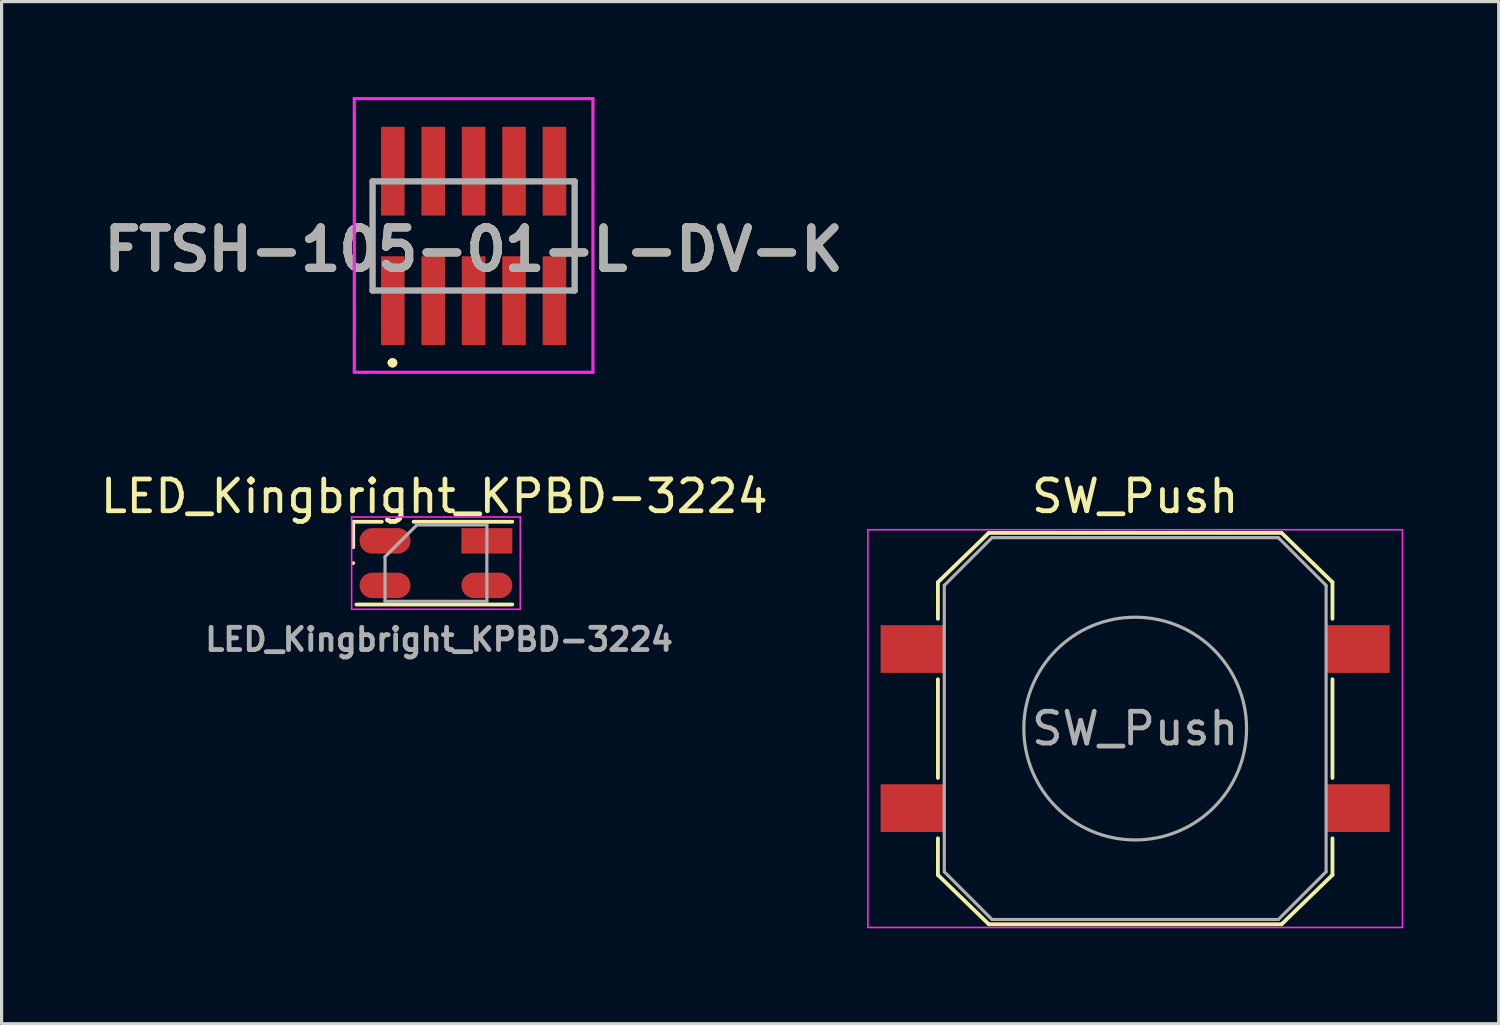
<source format=kicad_pcb>
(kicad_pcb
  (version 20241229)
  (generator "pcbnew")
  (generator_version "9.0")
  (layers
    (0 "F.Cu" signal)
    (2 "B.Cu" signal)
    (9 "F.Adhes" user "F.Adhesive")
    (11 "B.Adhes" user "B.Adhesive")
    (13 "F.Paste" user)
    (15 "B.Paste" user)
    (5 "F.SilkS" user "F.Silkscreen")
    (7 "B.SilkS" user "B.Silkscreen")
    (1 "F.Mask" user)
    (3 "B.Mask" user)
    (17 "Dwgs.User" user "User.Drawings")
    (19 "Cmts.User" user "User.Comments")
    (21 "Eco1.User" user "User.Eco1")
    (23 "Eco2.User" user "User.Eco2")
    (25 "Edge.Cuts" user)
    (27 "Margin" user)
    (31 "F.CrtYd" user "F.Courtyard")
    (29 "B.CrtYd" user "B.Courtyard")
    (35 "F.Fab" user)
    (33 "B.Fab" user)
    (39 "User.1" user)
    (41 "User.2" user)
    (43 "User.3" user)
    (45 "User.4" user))
  (footprint "LED_Kingbright_KPBD-3224"
    (layer "F.Cu")
    (at 10.651 14.648)
    (property "Reference" "LED_Kingbright_KPBD-3224" (at -0.05 -2.1 0) (layer "F.SilkS") (effects (font (size 1 1) (thickness 0.15))))
    (attr smd)
    (fp_line (start -2.6 -1.3) (end -2.6 -0.5) (stroke (width 0.12) (type solid)) (layer "F.SilkS"))
    (fp_line (start -2.6 -1.3) (end -1.7 -1.3) (stroke (width 0.12) (type solid)) (layer "F.SilkS"))
    (fp_line (start -2.5 1.3) (end 2.4 1.3) (stroke (width 0.12) (type solid)) (layer "F.SilkS"))
    (fp_line (start 2.4 -1.3) (end -0.7 -1.3) (stroke (width 0.12) (type solid)) (layer "F.SilkS"))
    (fp_circle (center -2.6 0) (end -2.54 0) (stroke (width 0.001) (type solid)) (fill yes) (layer "F.SilkS"))
    (fp_line (start -2.65 -1.45) (end -2.65 1.45) (stroke (width 0.05) (type solid)) (layer "F.CrtYd"))
    (fp_line (start -2.65 1.45) (end 2.65 1.45) (stroke (width 0.05) (type solid)) (layer "F.CrtYd"))
    (fp_line (start 2.65 -1.45) (end -2.65 -1.45) (stroke (width 0.05) (type solid)) (layer "F.CrtYd"))
    (fp_line (start 2.65 1.45) (end 2.65 -1.45) (stroke (width 0.05) (type solid)) (layer "F.CrtYd"))
    (fp_line (start -1.6 1.2) (end -1.6 -0.2) (stroke (width 0.1) (type solid)) (layer "F.Fab"))
    (fp_line (start -0.6 -1.2) (end -1.6 -0.2) (stroke (width 0.1) (type solid)) (layer "F.Fab"))
    (fp_line (start -0.6 -1.2) (end 1.6 -1.2) (stroke (width 0.1) (type solid)) (layer "F.Fab"))
    (fp_line (start 1.6 -1.2) (end 1.6 1.2) (stroke (width 0.1) (type solid)) (layer "F.Fab"))
    (fp_line (start 1.6 1.2) (end -1.6 1.2) (stroke (width 0.1) (type solid)) (layer "F.Fab"))
    (fp_text user "${REFERENCE}" (at 0.1 2.4 0) (layer "F.Fab") (effects (font (size 0.7 0.7) (thickness 0.15))))
    (pad "1" smd rect (at 1.6 -0.7 180) (size 1.6 0.8) (layers "F.Cu" "F.Mask" "F.Paste"))
    (pad "2" smd oval (at -1.6 -0.7 180) (size 1.6 0.8) (layers "F.Cu" "F.Mask" "F.Paste"))
    (pad "3" smd oval (at 1.6 0.7 180) (size 1.6 0.8) (layers "F.Cu" "F.Mask" "F.Paste"))
    (pad "4" smd oval (at -1.6 0.7 180) (size 1.6 0.8) (layers "F.Cu" "F.Mask" "F.Paste")))
  (footprint "SW_Push"
    (layer "F.Cu")
    (at 32.627 19.848)
    (property "Reference" "SW_Push" (at 0 -7.3 0) (layer "F.SilkS") (effects (font (size 1 1) (thickness 0.15))))
    (attr smd)
    (fp_line (start -6.2 -4.6) (end -4.6 -6.15) (stroke (width 0.12) (type solid)) (layer "F.SilkS"))
    (fp_line (start -6.2 -3.45) (end -6.2 -4.6) (stroke (width 0.12) (type solid)) (layer "F.SilkS"))
    (fp_line (start -6.2 -1.55) (end -6.2 1.55) (stroke (width 0.12) (type solid)) (layer "F.SilkS"))
    (fp_line (start -6.2 3.45) (end -6.2 4.6) (stroke (width 0.12) (type solid)) (layer "F.SilkS"))
    (fp_line (start -6.2 4.6) (end -4.6 6.15) (stroke (width 0.12) (type solid)) (layer "F.SilkS"))
    (fp_line (start -4.6 -6.15) (end 4.6 -6.15) (stroke (width 0.12) (type solid)) (layer "F.SilkS"))
    (fp_line (start -4.6 6.15) (end 4.6 6.15) (stroke (width 0.12) (type solid)) (layer "F.SilkS"))
    (fp_line (start 4.6 -6.15) (end 6.2 -4.6) (stroke (width 0.12) (type solid)) (layer "F.SilkS"))
    (fp_line (start 4.6 6.15) (end 6.2 4.6) (stroke (width 0.12) (type solid)) (layer "F.SilkS"))
    (fp_line (start 6.2 -3.45) (end 6.2 -4.6) (stroke (width 0.12) (type solid)) (layer "F.SilkS"))
    (fp_line (start 6.2 -1.55) (end 6.2 1.55) (stroke (width 0.12) (type solid)) (layer "F.SilkS"))
    (fp_line (start 6.2 3.45) (end 6.2 4.6) (stroke (width 0.12) (type solid)) (layer "F.SilkS"))
    (fp_line (start -8.4 -6.25) (end 8.4 -6.25) (stroke (width 0.05) (type solid)) (layer "F.CrtYd"))
    (fp_line (start -8.4 6.25) (end -8.4 -6.25) (stroke (width 0.05) (type solid)) (layer "F.CrtYd"))
    (fp_line (start 8.4 -6.25) (end 8.4 6.25) (stroke (width 0.05) (type solid)) (layer "F.CrtYd"))
    (fp_line (start 8.4 6.25) (end -8.4 6.25) (stroke (width 0.05) (type solid)) (layer "F.CrtYd"))
    (fp_line (start -6 -4.5) (end -6 4.5) (stroke (width 0.1) (type solid)) (layer "F.Fab"))
    (fp_line (start -6 -4.5) (end -4.5 -6) (stroke (width 0.1) (type solid)) (layer "F.Fab"))
    (fp_line (start -4.5 6) (end -6 4.5) (stroke (width 0.1) (type solid)) (layer "F.Fab"))
    (fp_line (start -4.5 6) (end 4.5 6) (stroke (width 0.1) (type solid)) (layer "F.Fab"))
    (fp_line (start 4.5 -6) (end -4.5 -6) (stroke (width 0.1) (type solid)) (layer "F.Fab"))
    (fp_line (start 4.5 -6) (end 6 -4.5) (stroke (width 0.1) (type solid)) (layer "F.Fab"))
    (fp_line (start 6 4.5) (end 4.5 6) (stroke (width 0.1) (type solid)) (layer "F.Fab"))
    (fp_line (start 6 4.5) (end 6 -4.5) (stroke (width 0.1) (type solid)) (layer "F.Fab"))
    (fp_circle (center 0 0) (end 3.5 0) (stroke (width 0.1) (type solid)) (fill no) (layer "F.Fab"))
    (fp_text user "${REFERENCE}" (at 0 0 0) (layer "F.Fab") (effects (font (size 1 1) (thickness 0.15))))
    (pad "1" smd rect (at -7 -2.5) (size 2 1.5) (layers "F.Cu" "F.Mask" "F.Paste"))
    (pad "1" smd rect (at 7 -2.5) (size 2 1.5) (layers "F.Cu" "F.Mask" "F.Paste"))
    (pad "2" smd rect (at -7 2.5) (size 2 1.5) (layers "F.Cu" "F.Mask" "F.Paste"))
    (pad "2" smd rect (at 7 2.5) (size 2 1.5) (layers "F.Cu" "F.Mask" "F.Paste")))
  (footprint "FTSH-105-01-L-DV-K"
    (layer "F.Cu")
    (at 11.835 6.4)
    (property "Reference" "FTSH-105-01-L-DV-K" (at 0 -1.607 0) (layer "F.SilkS") (effects (font (size 1.27 1.27) (thickness 0.254))))
    (attr smd)
    (fp_line (start -2.6 1.95) (end -2.6 1.95) (stroke (width 0.2) (type solid)) (layer "F.SilkS"))
    (fp_line (start -2.6 1.95) (end -2.6 1.95) (stroke (width 0.2) (type solid)) (layer "F.SilkS"))
    (fp_line (start -2.5 1.95) (end -2.5 1.95) (stroke (width 0.2) (type solid)) (layer "F.SilkS"))
    (fp_arc (start -2.6 1.95) (mid -2.55 1.9) (end -2.5 1.95) (stroke (width 0.2) (type solid)) (layer "F.SilkS"))
    (fp_arc (start -2.5 1.95) (mid -2.55 2) (end -2.6 1.95) (stroke (width 0.2) (type solid)) (layer "F.SilkS"))
    (fp_arc (start -2.5 1.95) (mid -2.55 2) (end -2.6 1.95) (stroke (width 0.2) (type solid)) (layer "F.SilkS"))
    (fp_line (start -3.75 -6.35) (end 3.75 -6.35) (stroke (width 0.1) (type solid)) (layer "F.CrtYd"))
    (fp_line (start -3.75 2.25) (end -3.75 -6.35) (stroke (width 0.1) (type solid)) (layer "F.CrtYd"))
    (fp_line (start 3.75 -6.35) (end 3.75 2.25) (stroke (width 0.1) (type solid)) (layer "F.CrtYd"))
    (fp_line (start 3.75 2.25) (end -3.75 2.25) (stroke (width 0.1) (type solid)) (layer "F.CrtYd"))
    (fp_line (start -3.175 -3.75) (end -3.175 -0.32) (stroke (width 0.2) (type solid)) (layer "F.Fab"))
    (fp_line (start -3.175 -0.32) (end 3.175 -0.32) (stroke (width 0.2) (type solid)) (layer "F.Fab"))
    (fp_line (start 3.175 -3.75) (end -3.175 -3.75) (stroke (width 0.2) (type solid)) (layer "F.Fab"))
    (fp_line (start 3.175 -0.32) (end 3.175 -3.75) (stroke (width 0.2) (type solid)) (layer "F.Fab"))
    (fp_text user "${REFERENCE}" (at 0 -1.607 0) (layer "F.Fab") (effects (font (size 1.27 1.27) (thickness 0.254))))
    (pad "1" smd rect (at -2.54 0) (size 0.74 2.79) (layers "F.Cu" "F.Mask" "F.Paste"))
    (pad "2" smd rect (at -2.54 -4.07) (size 0.74 2.79) (layers "F.Cu" "F.Mask" "F.Paste"))
    (pad "3" smd rect (at -1.27 0) (size 0.74 2.79) (layers "F.Cu" "F.Mask" "F.Paste"))
    (pad "4" smd rect (at -1.27 -4.07) (size 0.74 2.79) (layers "F.Cu" "F.Mask" "F.Paste"))
    (pad "5" smd rect (at 0 0) (size 0.74 2.79) (layers "F.Cu" "F.Mask" "F.Paste"))
    (pad "6" smd rect (at 0 -4.07) (size 0.74 2.79) (layers "F.Cu" "F.Mask" "F.Paste"))
    (pad "7" smd rect (at 1.27 0) (size 0.74 2.79) (layers "F.Cu" "F.Mask" "F.Paste"))
    (pad "8" smd rect (at 1.27 -4.07) (size 0.74 2.79) (layers "F.Cu" "F.Mask" "F.Paste"))
    (pad "9" smd rect (at 2.54 0) (size 0.74 2.79) (layers "F.Cu" "F.Mask" "F.Paste"))
    (pad "10" smd rect (at 2.54 -4.07) (size 0.74 2.79) (layers "F.Cu" "F.Mask" "F.Paste")))
  (gr_rect
    (start -3 -3)
    (end 44.052 29.123)
    (stroke (width 0.1) (type default))
    (fill no)
    (layer "Edge.Cuts")))
</source>
